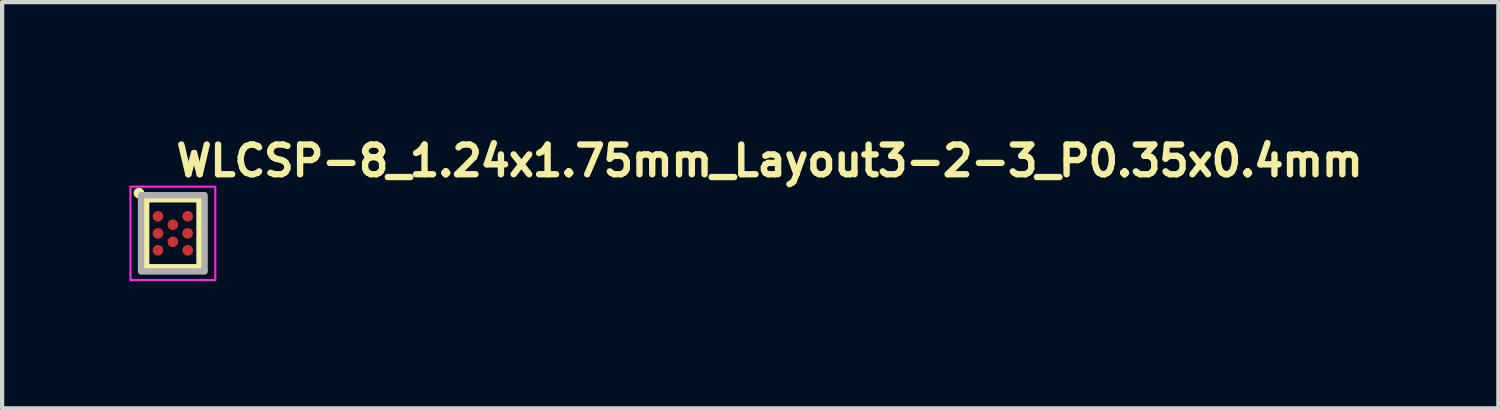
<source format=kicad_pcb>
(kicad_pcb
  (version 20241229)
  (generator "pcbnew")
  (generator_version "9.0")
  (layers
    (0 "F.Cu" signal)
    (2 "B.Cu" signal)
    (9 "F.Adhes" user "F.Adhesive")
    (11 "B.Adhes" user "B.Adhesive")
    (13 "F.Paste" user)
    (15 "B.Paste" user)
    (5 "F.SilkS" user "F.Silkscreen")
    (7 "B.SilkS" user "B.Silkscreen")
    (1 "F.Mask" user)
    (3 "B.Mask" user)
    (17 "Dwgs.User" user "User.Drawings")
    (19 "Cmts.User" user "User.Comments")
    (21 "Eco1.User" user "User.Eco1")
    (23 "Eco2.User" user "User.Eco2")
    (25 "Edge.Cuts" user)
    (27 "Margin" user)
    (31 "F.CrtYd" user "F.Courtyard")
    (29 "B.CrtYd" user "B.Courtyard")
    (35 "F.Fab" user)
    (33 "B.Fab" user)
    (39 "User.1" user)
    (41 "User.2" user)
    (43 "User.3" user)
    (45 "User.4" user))
  (footprint "WLCSP-8_1.24x1.75mm_Layout3-2-3_P0.35x0.4mm"
    (layer "F.Cu")
    (at 1.025 2.45)
    (property "Reference" "WLCSP-8_1.24x1.75mm_Layout3-2-3_P0.35x0.4mm" (at 0 -1.3 0) (unlocked yes) (layer "F.SilkS") (effects (font (size 0.7 0.7) (thickness 0.15)) (justify left bottom)))
    (attr smd)
    (fp_rect (start -0.63 -0.802) (end 0.628 0.8) (stroke (width 0.15) (type solid)) (fill no) (layer "F.SilkS"))
    (fp_circle (center -0.8 -0.95) (end -0.75 -0.95) (stroke (width 0.15) (type solid)) (fill yes) (layer "F.SilkS"))
    (fp_rect (start -1 -1.1) (end 1 1.1) (stroke (width 0.05) (type solid)) (fill no) (layer "F.CrtYd"))
    (fp_rect (start -0.75 -0.9) (end 0.748 0.898) (stroke (width 0.15) (type solid)) (fill no) (layer "F.Fab"))
    (fp_rect (start -0.699 -0.656) (end 0.697 0.654) (stroke (width 0.1) (type solid)) (fill no) (layer "User.5"))
    (fp_line (start -0.699 -0.656) (end -0.699 0.654) (stroke (width 0.02) (type solid)) (layer "User.9"))
    (fp_line (start -0.699 0.654) (end 0.697 0.654) (stroke (width 0.02) (type solid)) (layer "User.9"))
    (fp_line (start -0.57 -0.407) (end -0.569 -0.414) (stroke (width 0.02) (type solid)) (layer "User.9"))
    (fp_line (start -0.57 -0.4) (end -0.57 -0.407) (stroke (width 0.02) (type solid)) (layer "User.9"))
    (fp_line (start -0.57 -0.394) (end -0.57 -0.4) (stroke (width 0.02) (type solid)) (layer "User.9"))
    (fp_line (start -0.569 -0.414) (end -0.568 -0.422) (stroke (width 0.02) (type solid)) (layer "User.9"))
    (fp_line (start -0.569 -0.387) (end -0.57 -0.394) (stroke (width 0.02) (type solid)) (layer "User.9"))
    (fp_line (start -0.568 -0.422) (end -0.567 -0.428) (stroke (width 0.02) (type solid)) (layer "User.9"))
    (fp_line (start -0.568 -0.38) (end -0.569 -0.387) (stroke (width 0.02) (type solid)) (layer "User.9"))
    (fp_line (start -0.567 -0.428) (end -0.566 -0.435) (stroke (width 0.02) (type solid)) (layer "User.9"))
    (fp_line (start -0.567 -0.374) (end -0.568 -0.38) (stroke (width 0.02) (type solid)) (layer "User.9"))
    (fp_line (start -0.566 -0.435) (end -0.564 -0.442) (stroke (width 0.02) (type solid)) (layer "User.9"))
    (fp_line (start -0.566 -0.367) (end -0.567 -0.374) (stroke (width 0.02) (type solid)) (layer "User.9"))
    (fp_line (start -0.564 -0.442) (end -0.562 -0.447) (stroke (width 0.02) (type solid)) (layer "User.9"))
    (fp_line (start -0.564 -0.36) (end -0.566 -0.367) (stroke (width 0.02) (type solid)) (layer "User.9"))
    (fp_line (start -0.562 -0.447) (end -0.559 -0.453) (stroke (width 0.02) (type solid)) (layer "User.9"))
    (fp_line (start -0.562 -0.355) (end -0.564 -0.36) (stroke (width 0.02) (type solid)) (layer "User.9"))
    (fp_line (start -0.559 -0.453) (end -0.556 -0.46) (stroke (width 0.02) (type solid)) (layer "User.9"))
    (fp_line (start -0.559 -0.348) (end -0.562 -0.355) (stroke (width 0.02) (type solid)) (layer "User.9"))
    (fp_line (start -0.556 -0.46) (end -0.553 -0.466) (stroke (width 0.02) (type solid)) (layer "User.9"))
    (fp_line (start -0.556 -0.342) (end -0.559 -0.348) (stroke (width 0.02) (type solid)) (layer "User.9"))
    (fp_line (start -0.553 -0.466) (end -0.549 -0.471) (stroke (width 0.02) (type solid)) (layer "User.9"))
    (fp_line (start -0.553 -0.336) (end -0.556 -0.342) (stroke (width 0.02) (type solid)) (layer "User.9"))
    (fp_line (start -0.549 -0.471) (end -0.546 -0.476) (stroke (width 0.02) (type solid)) (layer "User.9"))
    (fp_line (start -0.549 -0.331) (end -0.553 -0.336) (stroke (width 0.02) (type solid)) (layer "User.9"))
    (fp_line (start -0.546 -0.476) (end -0.542 -0.482) (stroke (width 0.02) (type solid)) (layer "User.9"))
    (fp_line (start -0.546 -0.326) (end -0.549 -0.331) (stroke (width 0.02) (type solid)) (layer "User.9"))
    (fp_line (start -0.542 -0.482) (end -0.539 -0.487) (stroke (width 0.02) (type solid)) (layer "User.9"))
    (fp_line (start -0.542 -0.32) (end -0.546 -0.326) (stroke (width 0.02) (type solid)) (layer "User.9"))
    (fp_line (start -0.539 -0.487) (end -0.535 -0.491) (stroke (width 0.02) (type solid)) (layer "User.9"))
    (fp_line (start -0.539 -0.315) (end -0.542 -0.32) (stroke (width 0.02) (type solid)) (layer "User.9"))
    (fp_line (start -0.535 -0.491) (end -0.53 -0.496) (stroke (width 0.02) (type solid)) (layer "User.9"))
    (fp_line (start -0.535 -0.311) (end -0.539 -0.315) (stroke (width 0.02) (type solid)) (layer "User.9"))
    (fp_line (start -0.53 -0.496) (end -0.526 -0.501) (stroke (width 0.02) (type solid)) (layer "User.9"))
    (fp_line (start -0.53 -0.306) (end -0.535 -0.311) (stroke (width 0.02) (type solid)) (layer "User.9"))
    (fp_line (start -0.526 -0.501) (end -0.52 -0.505) (stroke (width 0.02) (type solid)) (layer "User.9"))
    (fp_line (start -0.526 -0.301) (end -0.53 -0.306) (stroke (width 0.02) (type solid)) (layer "User.9"))
    (fp_line (start -0.52 -0.505) (end -0.515 -0.509) (stroke (width 0.02) (type solid)) (layer "User.9"))
    (fp_line (start -0.52 -0.296) (end -0.526 -0.301) (stroke (width 0.02) (type solid)) (layer "User.9"))
    (fp_line (start -0.515 -0.509) (end -0.509 -0.512) (stroke (width 0.02) (type solid)) (layer "User.9"))
    (fp_line (start -0.515 -0.293) (end -0.52 -0.296) (stroke (width 0.02) (type solid)) (layer "User.9"))
    (fp_line (start -0.509 -0.512) (end -0.504 -0.517) (stroke (width 0.02) (type solid)) (layer "User.9"))
    (fp_line (start -0.509 -0.29) (end -0.515 -0.293) (stroke (width 0.02) (type solid)) (layer "User.9"))
    (fp_line (start -0.504 -0.517) (end -0.498 -0.52) (stroke (width 0.02) (type solid)) (layer "User.9"))
    (fp_line (start -0.504 -0.285) (end -0.509 -0.29) (stroke (width 0.02) (type solid)) (layer "User.9"))
    (fp_line (start -0.498 -0.52) (end -0.493 -0.522) (stroke (width 0.02) (type solid)) (layer "User.9"))
    (fp_line (start -0.498 -0.282) (end -0.504 -0.285) (stroke (width 0.02) (type solid)) (layer "User.9"))
    (fp_line (start -0.493 -0.522) (end -0.488 -0.525) (stroke (width 0.02) (type solid)) (layer "User.9"))
    (fp_line (start -0.493 -0.28) (end -0.498 -0.282) (stroke (width 0.02) (type solid)) (layer "User.9"))
    (fp_line (start -0.488 -0.525) (end -0.481 -0.527) (stroke (width 0.02) (type solid)) (layer "User.9"))
    (fp_line (start -0.488 -0.277) (end -0.493 -0.28) (stroke (width 0.02) (type solid)) (layer "User.9"))
    (fp_line (start -0.481 -0.527) (end -0.475 -0.53) (stroke (width 0.02) (type solid)) (layer "User.9"))
    (fp_line (start -0.481 -0.275) (end -0.488 -0.277) (stroke (width 0.02) (type solid)) (layer "User.9"))
    (fp_line (start -0.475 -0.53) (end -0.469 -0.532) (stroke (width 0.02) (type solid)) (layer "User.9"))
    (fp_line (start -0.475 -0.272) (end -0.481 -0.275) (stroke (width 0.02) (type solid)) (layer "User.9"))
    (fp_line (start -0.469 -0.532) (end -0.462 -0.534) (stroke (width 0.02) (type solid)) (layer "User.9"))
    (fp_line (start -0.469 -0.27) (end -0.475 -0.272) (stroke (width 0.02) (type solid)) (layer "User.9"))
    (fp_line (start -0.462 -0.534) (end -0.455 -0.535) (stroke (width 0.02) (type solid)) (layer "User.9"))
    (fp_line (start -0.462 -0.268) (end -0.469 -0.27) (stroke (width 0.02) (type solid)) (layer "User.9"))
    (fp_line (start -0.455 -0.535) (end -0.448 -0.536) (stroke (width 0.02) (type solid)) (layer "User.9"))
    (fp_line (start -0.455 -0.267) (end -0.462 -0.268) (stroke (width 0.02) (type solid)) (layer "User.9"))
    (fp_line (start -0.448 -0.536) (end -0.441 -0.536) (stroke (width 0.02) (type solid)) (layer "User.9"))
    (fp_line (start -0.448 -0.266) (end -0.455 -0.267) (stroke (width 0.02) (type solid)) (layer "User.9"))
    (fp_line (start -0.441 -0.536) (end -0.434 -0.536) (stroke (width 0.02) (type solid)) (layer "User.9"))
    (fp_line (start -0.441 -0.266) (end -0.448 -0.266) (stroke (width 0.02) (type solid)) (layer "User.9"))
    (fp_line (start -0.434 -0.536) (end -0.434 -0.536) (stroke (width 0.02) (type solid)) (layer "User.9"))
    (fp_line (start -0.434 -0.536) (end -0.428 -0.536) (stroke (width 0.02) (type solid)) (layer "User.9"))
    (fp_line (start -0.434 -0.266) (end -0.441 -0.266) (stroke (width 0.02) (type solid)) (layer "User.9"))
    (fp_line (start -0.434 -0.266) (end -0.434 -0.266) (stroke (width 0.02) (type solid)) (layer "User.9"))
    (fp_line (start -0.428 -0.536) (end -0.421 -0.536) (stroke (width 0.02) (type solid)) (layer "User.9"))
    (fp_line (start -0.428 -0.266) (end -0.434 -0.266) (stroke (width 0.02) (type solid)) (layer "User.9"))
    (fp_line (start -0.421 -0.536) (end -0.414 -0.535) (stroke (width 0.02) (type solid)) (layer "User.9"))
    (fp_line (start -0.421 -0.266) (end -0.428 -0.266) (stroke (width 0.02) (type solid)) (layer "User.9"))
    (fp_line (start -0.414 -0.535) (end -0.408 -0.534) (stroke (width 0.02) (type solid)) (layer "User.9"))
    (fp_line (start -0.414 -0.267) (end -0.421 -0.266) (stroke (width 0.02) (type solid)) (layer "User.9"))
    (fp_line (start -0.408 -0.534) (end -0.401 -0.532) (stroke (width 0.02) (type solid)) (layer "User.9"))
    (fp_line (start -0.408 -0.268) (end -0.414 -0.267) (stroke (width 0.02) (type solid)) (layer "User.9"))
    (fp_line (start -0.401 -0.532) (end -0.394 -0.53) (stroke (width 0.02) (type solid)) (layer "User.9"))
    (fp_line (start -0.401 -0.27) (end -0.408 -0.268) (stroke (width 0.02) (type solid)) (layer "User.9"))
    (fp_line (start -0.394 -0.53) (end -0.388 -0.527) (stroke (width 0.02) (type solid)) (layer "User.9"))
    (fp_line (start -0.394 -0.272) (end -0.401 -0.27) (stroke (width 0.02) (type solid)) (layer "User.9"))
    (fp_line (start -0.388 -0.527) (end -0.381 -0.525) (stroke (width 0.02) (type solid)) (layer "User.9"))
    (fp_line (start -0.388 -0.275) (end -0.394 -0.272) (stroke (width 0.02) (type solid)) (layer "User.9"))
    (fp_line (start -0.381 -0.525) (end -0.375 -0.522) (stroke (width 0.02) (type solid)) (layer "User.9"))
    (fp_line (start -0.381 -0.277) (end -0.388 -0.275) (stroke (width 0.02) (type solid)) (layer "User.9"))
    (fp_line (start -0.375 -0.522) (end -0.37 -0.52) (stroke (width 0.02) (type solid)) (layer "User.9"))
    (fp_line (start -0.375 -0.28) (end -0.381 -0.277) (stroke (width 0.02) (type solid)) (layer "User.9"))
    (fp_line (start -0.37 -0.52) (end -0.364 -0.517) (stroke (width 0.02) (type solid)) (layer "User.9"))
    (fp_line (start -0.37 -0.282) (end -0.375 -0.28) (stroke (width 0.02) (type solid)) (layer "User.9"))
    (fp_line (start -0.364 -0.517) (end -0.36 -0.512) (stroke (width 0.02) (type solid)) (layer "User.9"))
    (fp_line (start -0.364 -0.285) (end -0.37 -0.282) (stroke (width 0.02) (type solid)) (layer "User.9"))
    (fp_line (start -0.36 -0.512) (end -0.354 -0.509) (stroke (width 0.02) (type solid)) (layer "User.9"))
    (fp_line (start -0.36 -0.29) (end -0.364 -0.285) (stroke (width 0.02) (type solid)) (layer "User.9"))
    (fp_line (start -0.354 -0.509) (end -0.349 -0.505) (stroke (width 0.02) (type solid)) (layer "User.9"))
    (fp_line (start -0.354 -0.293) (end -0.36 -0.29) (stroke (width 0.02) (type solid)) (layer "User.9"))
    (fp_line (start -0.349 -0.505) (end -0.344 -0.501) (stroke (width 0.02) (type solid)) (layer "User.9"))
    (fp_line (start -0.349 -0.296) (end -0.354 -0.293) (stroke (width 0.02) (type solid)) (layer "User.9"))
    (fp_line (start -0.344 -0.501) (end -0.34 -0.496) (stroke (width 0.02) (type solid)) (layer "User.9"))
    (fp_line (start -0.344 -0.301) (end -0.349 -0.296) (stroke (width 0.02) (type solid)) (layer "User.9"))
    (fp_line (start -0.34 -0.496) (end -0.335 -0.491) (stroke (width 0.02) (type solid)) (layer "User.9"))
    (fp_line (start -0.34 -0.306) (end -0.344 -0.301) (stroke (width 0.02) (type solid)) (layer "User.9"))
    (fp_line (start -0.335 -0.491) (end -0.33 -0.487) (stroke (width 0.02) (type solid)) (layer "User.9"))
    (fp_line (start -0.335 -0.311) (end -0.34 -0.306) (stroke (width 0.02) (type solid)) (layer "User.9"))
    (fp_line (start -0.33 -0.487) (end -0.326 -0.482) (stroke (width 0.02) (type solid)) (layer "User.9"))
    (fp_line (start -0.33 -0.315) (end -0.335 -0.311) (stroke (width 0.02) (type solid)) (layer "User.9"))
    (fp_line (start -0.326 -0.482) (end -0.322 -0.476) (stroke (width 0.02) (type solid)) (layer "User.9"))
    (fp_line (start -0.326 -0.32) (end -0.33 -0.315) (stroke (width 0.02) (type solid)) (layer "User.9"))
    (fp_line (start -0.322 -0.476) (end -0.319 -0.471) (stroke (width 0.02) (type solid)) (layer "User.9"))
    (fp_line (start -0.322 -0.326) (end -0.326 -0.32) (stroke (width 0.02) (type solid)) (layer "User.9"))
    (fp_line (start -0.319 -0.471) (end -0.315 -0.466) (stroke (width 0.02) (type solid)) (layer "User.9"))
    (fp_line (start -0.319 -0.331) (end -0.322 -0.326) (stroke (width 0.02) (type solid)) (layer "User.9"))
    (fp_line (start -0.315 -0.466) (end -0.312 -0.46) (stroke (width 0.02) (type solid)) (layer "User.9"))
    (fp_line (start -0.315 -0.336) (end -0.319 -0.331) (stroke (width 0.02) (type solid)) (layer "User.9"))
    (fp_line (start -0.312 -0.46) (end -0.31 -0.453) (stroke (width 0.02) (type solid)) (layer "User.9"))
    (fp_line (start -0.312 -0.342) (end -0.315 -0.336) (stroke (width 0.02) (type solid)) (layer "User.9"))
    (fp_line (start -0.31 -0.453) (end -0.307 -0.447) (stroke (width 0.02) (type solid)) (layer "User.9"))
    (fp_line (start -0.31 -0.348) (end -0.312 -0.342) (stroke (width 0.02) (type solid)) (layer "User.9"))
    (fp_line (start -0.307 -0.447) (end -0.305 -0.442) (stroke (width 0.02) (type solid)) (layer "User.9"))
    (fp_line (start -0.307 -0.355) (end -0.31 -0.348) (stroke (width 0.02) (type solid)) (layer "User.9"))
    (fp_line (start -0.305 -0.442) (end -0.303 -0.435) (stroke (width 0.02) (type solid)) (layer "User.9"))
    (fp_line (start -0.305 -0.36) (end -0.307 -0.355) (stroke (width 0.02) (type solid)) (layer "User.9"))
    (fp_line (start -0.303 -0.435) (end -0.302 -0.428) (stroke (width 0.02) (type solid)) (layer "User.9"))
    (fp_line (start -0.303 -0.367) (end -0.305 -0.36) (stroke (width 0.02) (type solid)) (layer "User.9"))
    (fp_line (start -0.302 -0.428) (end -0.301 -0.422) (stroke (width 0.02) (type solid)) (layer "User.9"))
    (fp_line (start -0.302 -0.374) (end -0.303 -0.367) (stroke (width 0.02) (type solid)) (layer "User.9"))
    (fp_line (start -0.301 -0.422) (end -0.301 -0.414) (stroke (width 0.02) (type solid)) (layer "User.9"))
    (fp_line (start -0.301 -0.414) (end -0.3 -0.407) (stroke (width 0.02) (type solid)) (layer "User.9"))
    (fp_line (start -0.301 -0.387) (end -0.301 -0.38) (stroke (width 0.02) (type solid)) (layer "User.9"))
    (fp_line (start -0.301 -0.38) (end -0.302 -0.374) (stroke (width 0.02) (type solid)) (layer "User.9"))
    (fp_line (start -0.3 -0.407) (end -0.3 -0.401) (stroke (width 0.02) (type solid)) (layer "User.9"))
    (fp_line (start -0.3 -0.4) (end -0.3 -0.394) (stroke (width 0.02) (type solid)) (layer "User.9"))
    (fp_line (start -0.3 -0.394) (end -0.301 -0.387) (stroke (width 0.02) (type solid)) (layer "User.9"))
    (fp_line (start 0.697 -0.656) (end -0.699 -0.656) (stroke (width 0.02) (type solid)) (layer "User.9"))
    (fp_line (start 0.697 0.654) (end 0.697 -0.656) (stroke (width 0.02) (type solid)) (layer "User.9"))
    (pad "A1" smd circle (at -0.351 -0.402) (size 0.25 0.25) (layers "F.Cu" "F.Mask" "F.Paste"))
    (pad "A3" smd circle (at 0.349 -0.402) (size 0.25 0.25) (layers "F.Cu" "F.Mask" "F.Paste"))
    (pad "B2" smd circle (at 0 -0.202) (size 0.25 0.25) (layers "F.Cu" "F.Mask" "F.Paste"))
    (pad "C1" smd circle (at -0.351 0) (size 0.25 0.25) (layers "F.Cu" "F.Mask" "F.Paste"))
    (pad "C3" smd circle (at 0.349 0) (size 0.25 0.25) (layers "F.Cu" "F.Mask" "F.Paste"))
    (pad "D2" smd circle (at 0 0.2) (size 0.25 0.25) (layers "F.Cu" "F.Mask" "F.Paste"))
    (pad "E1" smd circle (at -0.351 0.4) (size 0.25 0.25) (layers "F.Cu" "F.Mask" "F.Paste"))
    (pad "E3" smd circle (at 0.349 0.4) (size 0.25 0.25) (layers "F.Cu" "F.Mask" "F.Paste")))
  (gr_rect
    (start -3 -3)
    (end 32.268 6.575)
    (stroke (width 0.1) (type default))
    (fill no)
    (layer "Edge.Cuts")))
</source>
